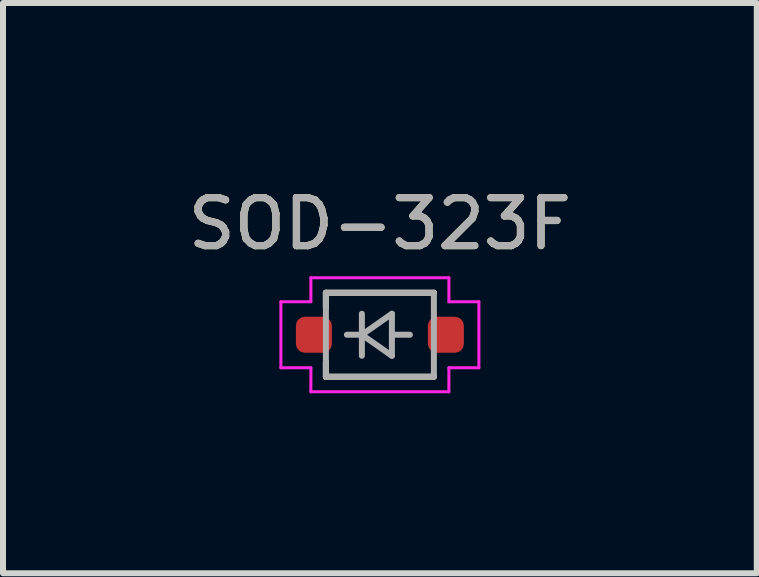
<source format=kicad_pcb>
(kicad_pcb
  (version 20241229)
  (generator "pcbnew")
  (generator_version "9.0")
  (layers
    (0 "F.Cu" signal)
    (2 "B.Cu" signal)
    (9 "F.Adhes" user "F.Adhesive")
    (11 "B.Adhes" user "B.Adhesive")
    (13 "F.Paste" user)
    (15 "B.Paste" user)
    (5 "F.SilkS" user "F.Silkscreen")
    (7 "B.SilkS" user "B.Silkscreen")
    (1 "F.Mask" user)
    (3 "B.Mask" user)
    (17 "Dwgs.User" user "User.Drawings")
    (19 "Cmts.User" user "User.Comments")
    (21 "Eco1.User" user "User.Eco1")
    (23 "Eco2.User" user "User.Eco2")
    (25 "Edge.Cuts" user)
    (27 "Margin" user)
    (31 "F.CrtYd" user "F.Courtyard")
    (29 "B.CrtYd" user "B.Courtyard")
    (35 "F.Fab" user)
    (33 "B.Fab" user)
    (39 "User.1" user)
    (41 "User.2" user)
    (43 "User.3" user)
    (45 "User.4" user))
  (footprint "SOD-323F"
    (layer "F.Cu")
    (at 3.281 2.529)
    (property "Reference" "SOD-323F" (at 0 -1.85 0) (layer "F.SilkS") (effects (font (size 0.8 0.8) (thickness 0.12))))
    (attr smd)
    (fp_line (start -0.9 -0.7) (end 0.9 -0.7) (stroke (width 0.1) (type solid)) (layer "F.SilkS"))
    (fp_line (start -0.9 -0.45) (end -0.9 -0.7) (stroke (width 0.1) (type solid)) (layer "F.SilkS"))
    (fp_line (start -0.9 0.7) (end -0.9 0.45) (stroke (width 0.1) (type solid)) (layer "F.SilkS"))
    (fp_line (start 0.9 0.7) (end -0.9 0.7) (stroke (width 0.1) (type solid)) (layer "F.SilkS"))
    (fp_line (start -1.65 -0.55) (end -1.15 -0.55) (stroke (width 0.05) (type solid)) (layer "F.CrtYd"))
    (fp_line (start -1.65 0.55) (end -1.65 -0.55) (stroke (width 0.05) (type solid)) (layer "F.CrtYd"))
    (fp_line (start -1.65 0.55) (end -1.15 0.55) (stroke (width 0.05) (type solid)) (layer "F.CrtYd"))
    (fp_line (start -1.15 -0.95) (end -1.15 -0.55) (stroke (width 0.05) (type solid)) (layer "F.CrtYd"))
    (fp_line (start -1.15 -0.95) (end 1.15 -0.95) (stroke (width 0.05) (type solid)) (layer "F.CrtYd"))
    (fp_line (start -1.15 0.95) (end -1.15 0.55) (stroke (width 0.05) (type solid)) (layer "F.CrtYd"))
    (fp_line (start 1.15 -0.95) (end 1.15 -0.55) (stroke (width 0.05) (type solid)) (layer "F.CrtYd"))
    (fp_line (start 1.15 0.95) (end -1.15 0.95) (stroke (width 0.05) (type solid)) (layer "F.CrtYd"))
    (fp_line (start 1.15 0.95) (end 1.15 0.55) (stroke (width 0.05) (type solid)) (layer "F.CrtYd"))
    (fp_line (start 1.65 -0.55) (end 1.15 -0.55) (stroke (width 0.05) (type solid)) (layer "F.CrtYd"))
    (fp_line (start 1.65 -0.55) (end 1.65 0.55) (stroke (width 0.05) (type solid)) (layer "F.CrtYd"))
    (fp_line (start 1.65 0.55) (end 1.15 0.55) (stroke (width 0.05) (type solid)) (layer "F.CrtYd"))
    (fp_line (start -0.9 -0.7) (end 0.9 -0.7) (stroke (width 0.1) (type solid)) (layer "F.Fab"))
    (fp_line (start -0.9 0.7) (end -0.9 -0.7) (stroke (width 0.1) (type solid)) (layer "F.Fab"))
    (fp_line (start -0.3 -0.35) (end -0.3 0.35) (stroke (width 0.1) (type solid)) (layer "F.Fab"))
    (fp_line (start -0.3 0) (end -0.55 0) (stroke (width 0.1) (type solid)) (layer "F.Fab"))
    (fp_line (start -0.3 0) (end 0.2 -0.35) (stroke (width 0.1) (type solid)) (layer "F.Fab"))
    (fp_line (start 0.2 -0.35) (end 0.2 0.35) (stroke (width 0.1) (type solid)) (layer "F.Fab"))
    (fp_line (start 0.2 0) (end 0.5 0) (stroke (width 0.1) (type solid)) (layer "F.Fab"))
    (fp_line (start 0.2 0.35) (end -0.3 0) (stroke (width 0.1) (type solid)) (layer "F.Fab"))
    (fp_line (start 0.9 -0.7) (end 0.9 0.7) (stroke (width 0.1) (type solid)) (layer "F.Fab"))
    (fp_line (start 0.9 0.7) (end -0.9 0.7) (stroke (width 0.1) (type solid)) (layer "F.Fab"))
    (fp_text user "${REFERENCE}" (at 0 -1.85 0) (layer "F.Fab") (effects (font (size 0.8 0.8) (thickness 0.12))))
    (pad "1" smd roundrect (at -1.1 0) (size 0.6 0.6) (layers "F.Cu" "F.Mask" "F.Paste") (roundrect_rratio 0.25))
    (pad "2" smd roundrect (at 1.1 0) (size 0.6 0.6) (layers "F.Cu" "F.Mask" "F.Paste") (roundrect_rratio 0.25)))
  (gr_rect
    (start -3 -3)
    (end 9.562 6.504)
    (stroke (width 0.1) (type default))
    (fill no)
    (layer "Edge.Cuts")))
</source>
